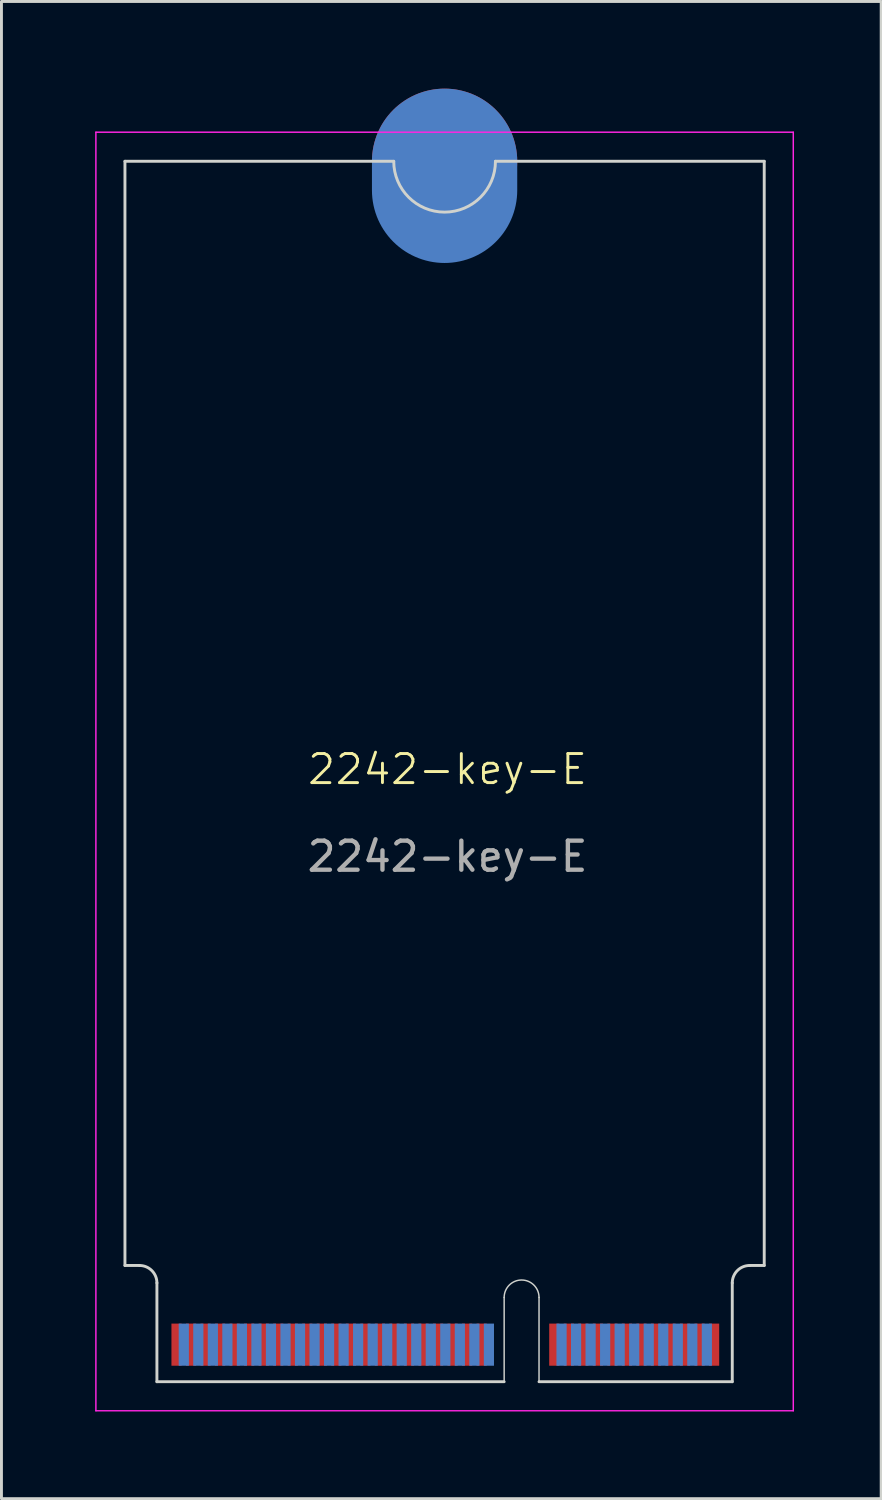
<source format=kicad_pcb>
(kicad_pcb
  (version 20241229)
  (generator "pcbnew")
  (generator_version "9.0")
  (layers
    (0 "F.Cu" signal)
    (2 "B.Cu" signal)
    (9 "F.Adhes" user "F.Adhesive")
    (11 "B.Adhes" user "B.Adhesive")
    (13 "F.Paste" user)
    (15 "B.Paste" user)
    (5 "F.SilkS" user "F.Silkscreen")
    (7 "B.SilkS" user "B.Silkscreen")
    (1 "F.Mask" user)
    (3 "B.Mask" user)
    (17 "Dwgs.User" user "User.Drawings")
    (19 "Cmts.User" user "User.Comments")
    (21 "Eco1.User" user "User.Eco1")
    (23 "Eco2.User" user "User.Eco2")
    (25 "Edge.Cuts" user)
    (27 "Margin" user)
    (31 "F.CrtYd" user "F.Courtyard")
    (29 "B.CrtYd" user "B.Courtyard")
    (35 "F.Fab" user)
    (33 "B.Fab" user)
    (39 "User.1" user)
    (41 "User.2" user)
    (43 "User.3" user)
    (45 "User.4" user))
  (footprint "2242-key-E"
    (layer "F.Cu")
    (at 0.25 1.5)
    (property "Reference" "2242-key-E" (at 12.1 21.925 0) (unlocked yes) (layer "F.SilkS") (effects (font (size 1 1) (thickness 0.1))))
    (attr smd)
    (fp_line (start 1 1) (end 1 39) (stroke (width 0.1) (type default)) (layer "Edge.Cuts"))
    (fp_line (start 1 1) (end 10.25 1) (stroke (width 0.1) (type default)) (layer "Edge.Cuts"))
    (fp_line (start 1 39) (end 1.5 39) (stroke (width 0.1) (type default)) (layer "Edge.Cuts"))
    (fp_line (start 2.1 39.6) (end 2.1 43) (stroke (width 0.1) (type default)) (layer "Edge.Cuts"))
    (fp_line (start 2.1 43) (end 14.05 43) (stroke (width 0.1) (type default)) (layer "Edge.Cuts"))
    (fp_line (start 14.05 43) (end 14.05 40.1) (stroke (width 0.05) (type default)) (layer "Edge.Cuts"))
    (fp_line (start 15.25 40.1) (end 15.25 43) (stroke (width 0.05) (type default)) (layer "Edge.Cuts"))
    (fp_line (start 15.25 43) (end 21.9 43) (stroke (width 0.1) (type default)) (layer "Edge.Cuts"))
    (fp_line (start 21.9 39.6) (end 21.9 43) (stroke (width 0.1) (type default)) (layer "Edge.Cuts"))
    (fp_line (start 23 1) (end 13.75 1) (stroke (width 0.1) (type default)) (layer "Edge.Cuts"))
    (fp_line (start 23 1) (end 23 39) (stroke (width 0.1) (type default)) (layer "Edge.Cuts"))
    (fp_line (start 23 39) (end 22.5 39) (stroke (width 0.1) (type default)) (layer "Edge.Cuts"))
    (fp_arc (start 1.5 39) (mid 1.924264 39.175736) (end 2.1 39.6) (stroke (width 0.1) (type default)) (layer "Edge.Cuts"))
    (fp_arc (start 13.75 1) (mid 12 2.75) (end 10.25 1) (stroke (width 0.1) (type default)) (layer "Edge.Cuts"))
    (fp_arc (start 14.05 40.1) (mid 14.65 39.5) (end 15.25 40.1) (stroke (width 0.05) (type default)) (layer "Edge.Cuts"))
    (fp_arc (start 21.9 39.6) (mid 22.075736 39.175736) (end 22.5 39) (stroke (width 0.1) (type default)) (layer "Edge.Cuts"))
    (fp_line (start 0 0) (end 0 44) (stroke (width 0.05) (type default)) (layer "F.CrtYd"))
    (fp_line (start 0 44) (end 24 44) (stroke (width 0.05) (type default)) (layer "F.CrtYd"))
    (fp_line (start 24 0) (end 0 0) (stroke (width 0.05) (type default)) (layer "F.CrtYd"))
    (fp_line (start 24 44) (end 24 0) (stroke (width 0.05) (type default)) (layer "F.CrtYd"))
    (fp_text user "${REFERENCE}" (at 12.1 24.925 0) (unlocked yes) (layer "F.Fab") (effects (font (size 1 1) (thickness 0.15))))
    (pad "1" connect rect (at 21.275 41.725) (size 0.35 1.45) (layers "F.Cu" "F.Mask"))
    (pad "2" connect rect (at 21.025 41.725) (size 0.35 1.45) (layers "B.Cu" "B.Mask"))
    (pad "3" connect rect (at 20.775 41.725) (size 0.35 1.45) (layers "F.Cu" "F.Mask"))
    (pad "4" connect rect (at 20.525 41.725) (size 0.35 1.45) (layers "B.Cu" "B.Mask"))
    (pad "5" connect rect (at 20.275 41.725) (size 0.35 1.45) (layers "F.Cu" "F.Mask"))
    (pad "6" connect rect (at 20.025 41.725) (size 0.35 1.45) (layers "B.Cu" "B.Mask"))
    (pad "7" connect rect (at 19.775 41.725) (size 0.35 1.45) (layers "F.Cu" "F.Mask"))
    (pad "8" connect rect (at 19.525 41.725) (size 0.35 1.45) (layers "B.Cu" "B.Mask"))
    (pad "9" connect rect (at 19.275 41.725) (size 0.35 1.45) (layers "F.Cu" "F.Mask"))
    (pad "10" connect rect (at 19.025 41.725) (size 0.35 1.45) (layers "B.Cu" "B.Mask"))
    (pad "11" connect rect (at 18.775 41.725) (size 0.35 1.45) (layers "F.Cu" "F.Mask"))
    (pad "12" connect rect (at 18.525 41.725) (size 0.35 1.45) (layers "B.Cu" "B.Mask"))
    (pad "13" connect rect (at 18.275 41.725) (size 0.35 1.45) (layers "F.Cu" "F.Mask"))
    (pad "14" connect rect (at 18.025 41.725) (size 0.35 1.45) (layers "B.Cu" "B.Mask"))
    (pad "15" connect rect (at 17.775 41.725) (size 0.35 1.45) (layers "F.Cu" "F.Mask"))
    (pad "16" connect rect (at 17.525 41.725) (size 0.35 1.45) (layers "B.Cu" "B.Mask"))
    (pad "17" connect rect (at 17.275 41.725) (size 0.35 1.45) (layers "F.Cu" "F.Mask"))
    (pad "18" connect rect (at 17.025 41.725) (size 0.35 1.45) (layers "B.Cu" "B.Mask"))
    (pad "19" connect rect (at 16.775 41.725) (size 0.35 1.45) (layers "F.Cu" "F.Mask"))
    (pad "20" connect rect (at 16.525 41.725) (size 0.35 1.45) (layers "B.Cu" "B.Mask"))
    (pad "21" connect rect (at 16.275 41.725) (size 0.35 1.45) (layers "F.Cu" "F.Mask"))
    (pad "22" connect rect (at 16.025 41.725) (size 0.35 1.45) (layers "B.Cu" "B.Mask"))
    (pad "23" connect rect (at 15.775 41.725) (size 0.35 1.45) (layers "F.Cu" "F.Mask"))
    (pad "32" connect rect (at 13.525 41.725) (size 0.35 1.45) (layers "B.Cu" "B.Mask"))
    (pad "33" connect rect (at 13.275 41.725) (size 0.35 1.45) (layers "F.Cu" "F.Mask"))
    (pad "34" connect rect (at 13.025 41.725) (size 0.35 1.45) (layers "B.Cu" "B.Mask"))
    (pad "35" connect rect (at 12.775 41.725) (size 0.35 1.45) (layers "F.Cu" "F.Mask"))
    (pad "36" connect rect (at 12.525 41.725) (size 0.35 1.45) (layers "B.Cu" "B.Mask"))
    (pad "37" connect rect (at 12.275 41.725) (size 0.35 1.45) (layers "F.Cu" "F.Mask"))
    (pad "38" connect rect (at 12.025 41.725) (size 0.35 1.45) (layers "B.Cu" "B.Mask"))
    (pad "39" connect rect (at 11.775 41.725) (size 0.35 1.45) (layers "F.Cu" "F.Mask"))
    (pad "40" connect rect (at 11.525 41.725) (size 0.35 1.45) (layers "B.Cu" "B.Mask"))
    (pad "41" connect rect (at 11.275 41.725) (size 0.35 1.45) (layers "F.Cu" "F.Mask"))
    (pad "42" connect rect (at 11.025 41.725) (size 0.35 1.45) (layers "B.Cu" "B.Mask"))
    (pad "43" connect rect (at 10.775 41.725) (size 0.35 1.45) (layers "F.Cu" "F.Mask"))
    (pad "44" connect rect (at 10.525 41.725) (size 0.35 1.45) (layers "B.Cu" "B.Mask"))
    (pad "45" connect rect (at 10.275 41.725) (size 0.35 1.45) (layers "F.Cu" "F.Mask"))
    (pad "46" connect rect (at 10.025 41.725) (size 0.35 1.45) (layers "B.Cu" "B.Mask"))
    (pad "47" connect rect (at 9.775 41.725) (size 0.35 1.45) (layers "F.Cu" "F.Mask"))
    (pad "48" connect rect (at 9.525 41.725) (size 0.35 1.45) (layers "B.Cu" "B.Mask"))
    (pad "49" connect rect (at 9.275 41.725) (size 0.35 1.45) (layers "F.Cu" "F.Mask"))
    (pad "50" connect rect (at 9.025 41.725) (size 0.35 1.45) (layers "B.Cu" "B.Mask"))
    (pad "51" connect rect (at 8.775 41.725) (size 0.35 1.45) (layers "F.Cu" "F.Mask"))
    (pad "52" connect rect (at 8.525 41.725) (size 0.35 1.45) (layers "B.Cu" "B.Mask"))
    (pad "53" connect rect (at 8.275 41.725) (size 0.35 1.45) (layers "F.Cu" "F.Mask"))
    (pad "54" connect rect (at 8.025 41.725) (size 0.35 1.45) (layers "B.Cu" "B.Mask"))
    (pad "55" connect rect (at 7.775 41.725) (size 0.35 1.45) (layers "F.Cu" "F.Mask"))
    (pad "56" connect rect (at 7.525 41.725) (size 0.35 1.45) (layers "B.Cu" "B.Mask"))
    (pad "57" connect rect (at 7.275 41.725) (size 0.35 1.45) (layers "F.Cu" "F.Mask"))
    (pad "58" connect rect (at 7.025 41.725) (size 0.35 1.45) (layers "B.Cu" "B.Mask"))
    (pad "59" connect rect (at 6.775 41.725) (size 0.35 1.45) (layers "F.Cu" "F.Mask"))
    (pad "60" connect rect (at 6.525 41.725) (size 0.35 1.45) (layers "B.Cu" "B.Mask"))
    (pad "61" connect rect (at 6.275 41.725) (size 0.35 1.45) (layers "F.Cu" "F.Mask"))
    (pad "62" connect rect (at 6.025 41.725) (size 0.35 1.45) (layers "B.Cu" "B.Mask"))
    (pad "63" connect rect (at 5.775 41.725) (size 0.35 1.45) (layers "F.Cu" "F.Mask"))
    (pad "64" connect rect (at 5.525 41.725) (size 0.35 1.45) (layers "B.Cu" "B.Mask"))
    (pad "65" connect rect (at 5.275 41.725) (size 0.35 1.45) (layers "F.Cu" "F.Mask"))
    (pad "66" connect rect (at 5.025 41.725) (size 0.35 1.45) (layers "B.Cu" "B.Mask"))
    (pad "67" connect rect (at 4.775 41.725) (size 0.35 1.45) (layers "F.Cu" "F.Mask"))
    (pad "68" connect rect (at 4.525 41.725) (size 0.35 1.45) (layers "B.Cu" "B.Mask"))
    (pad "69" connect rect (at 4.275 41.725) (size 0.35 1.45) (layers "F.Cu" "F.Mask"))
    (pad "70" connect rect (at 4.025 41.725) (size 0.35 1.45) (layers "B.Cu" "B.Mask"))
    (pad "71" connect rect (at 3.775 41.725) (size 0.35 1.45) (layers "F.Cu" "F.Mask"))
    (pad "72" connect rect (at 3.525 41.725) (size 0.35 1.45) (layers "B.Cu" "B.Mask"))
    (pad "73" connect rect (at 3.275 41.725) (size 0.35 1.45) (layers "F.Cu" "F.Mask"))
    (pad "74" connect rect (at 3.025 41.725) (size 0.35 1.45) (layers "B.Cu" "B.Mask"))
    (pad "75" connect rect (at 2.775 41.725) (size 0.35 1.45) (layers "F.Cu" "F.Mask"))
    (pad "76" connect circle (at 12 1) (size 5 5) (layers "F.Cu" "F.Mask"))
    (pad "77" connect oval (at 12 1.5) (size 5 6) (layers "B.Cu" "B.Mask")))
  (gr_rect
    (start -3 -3)
    (end 27.275 48.525)
    (stroke (width 0.1) (type default))
    (fill no)
    (layer "Edge.Cuts")))
</source>
